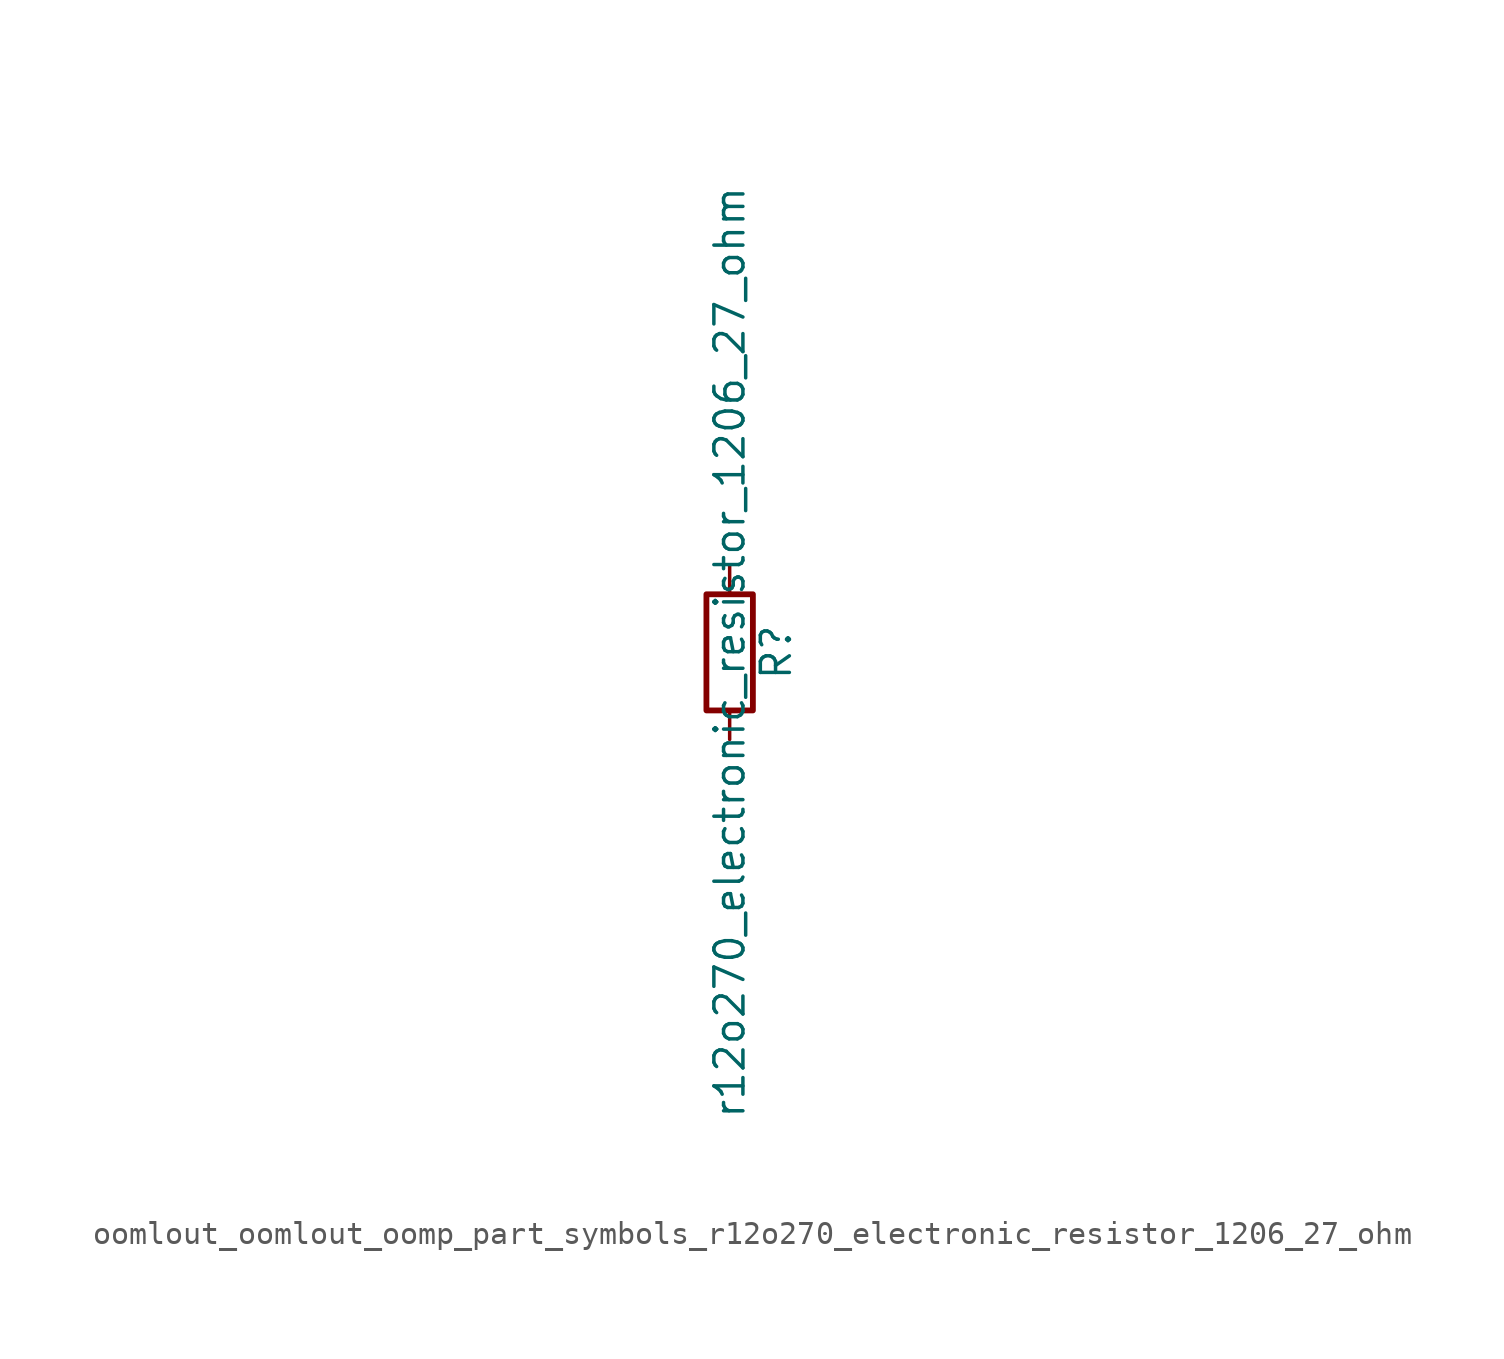
<source format=kicad_sym>
(kicad_symbol_lib
  (version 20220914)
  (generator kicad_symbol_editor)
  (symbol "oomlout_oomlout_oomp_part_symbols_r12o270_electronic_resistor_1206_27_ohm"
    (pin_numbers hide)
    (pin_names
      (offset 0))
    (property "Reference" "R"
      (at 2.032 0 90)
      (effects (font (size 1.27 1.27))))
    (property "Value" "r12o270_electronic_resistor_1206_27_ohm"
      (at 0 0 90)
      (effects (font (size 1.27 1.27))))
    (symbol "oomlout_oomlout_oomp_part_symbols_r12o270_electronic_resistor_1206_27_ohm_0_1"
      (rectangle (start -1.016 -2.54) (end 1.016 2.54) (stroke (width 0.254) (type default)) (fill (type none))))
    (symbol "oomlout_oomlout_oomp_part_symbols_r12o270_electronic_resistor_1206_27_ohm_1_1"
      (pin passive line (at 0 3.81 270) (length 1.27) (name "~" (effects (font (size 1.27 1.27)))) (number "1" (effects (font (size 1.27 1.27)))))
      (pin passive line (at 0 -3.81 90) (length 1.27) (name "~" (effects (font (size 1.27 1.27)))) (number "2" (effects (font (size 1.27 1.27))))))))
</source>
